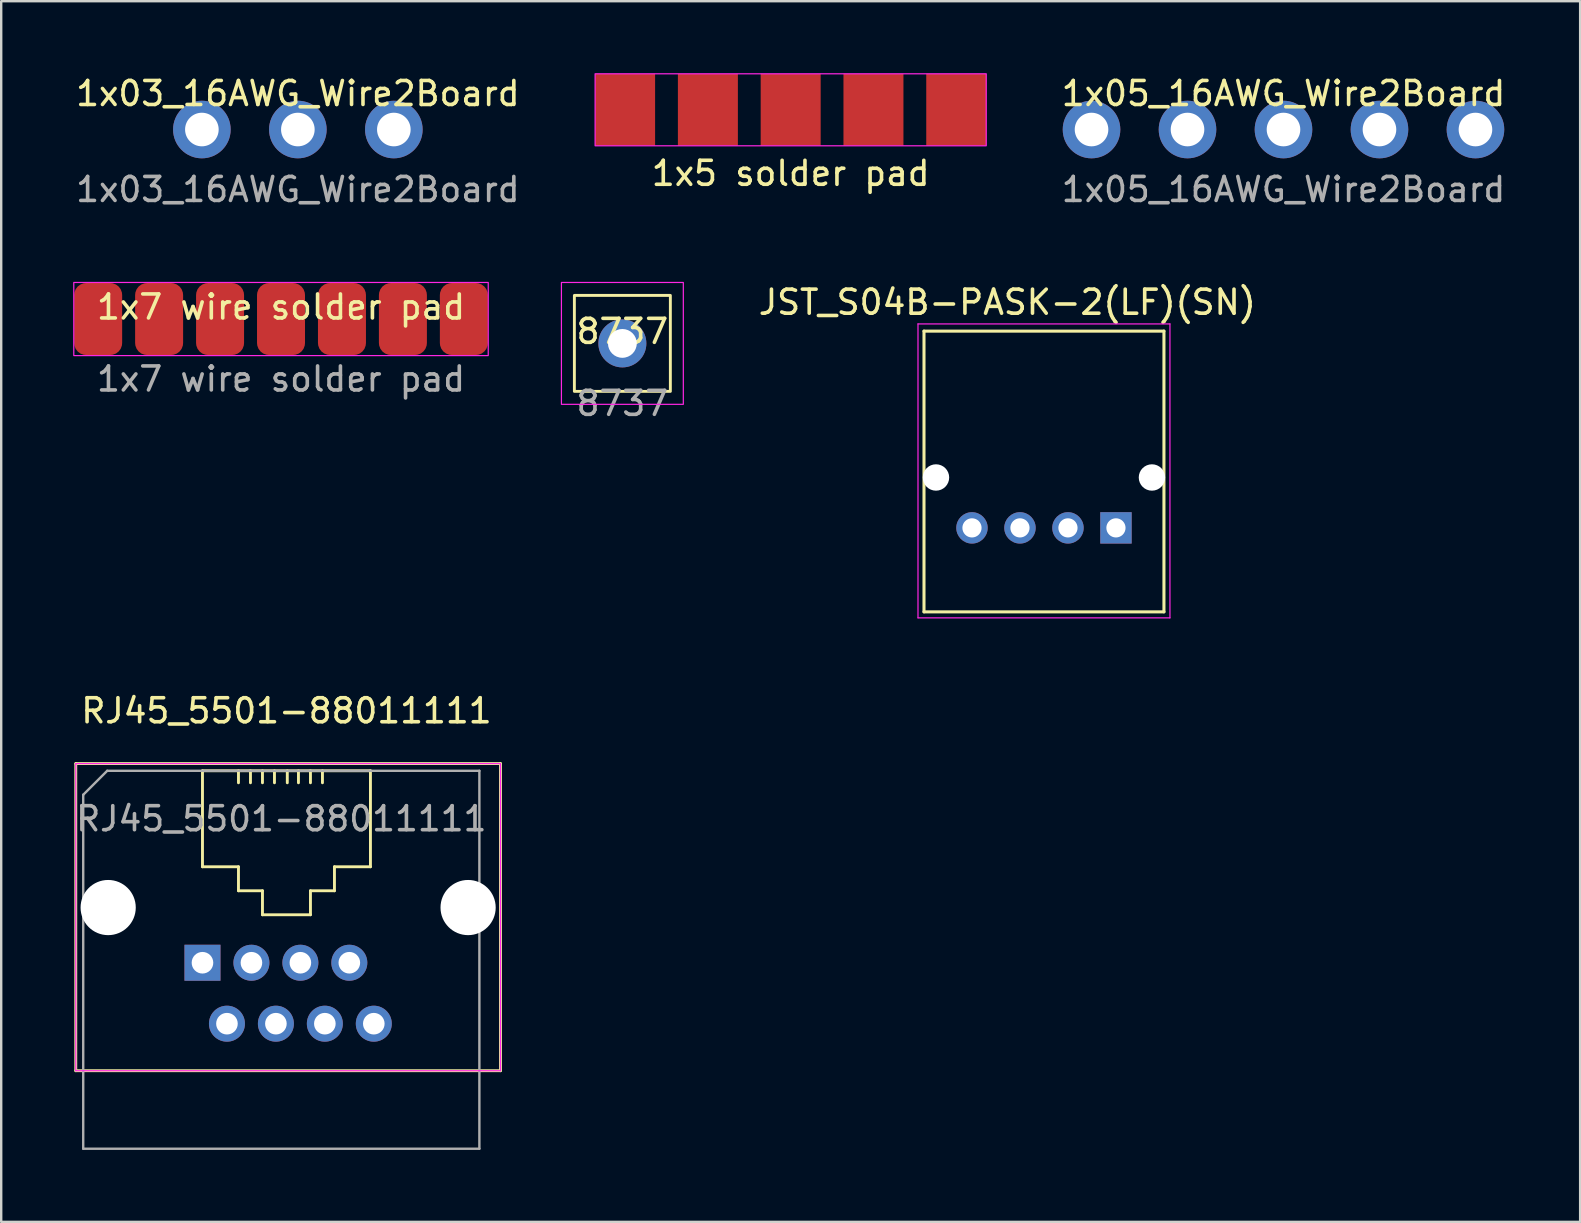
<source format=kicad_pcb>
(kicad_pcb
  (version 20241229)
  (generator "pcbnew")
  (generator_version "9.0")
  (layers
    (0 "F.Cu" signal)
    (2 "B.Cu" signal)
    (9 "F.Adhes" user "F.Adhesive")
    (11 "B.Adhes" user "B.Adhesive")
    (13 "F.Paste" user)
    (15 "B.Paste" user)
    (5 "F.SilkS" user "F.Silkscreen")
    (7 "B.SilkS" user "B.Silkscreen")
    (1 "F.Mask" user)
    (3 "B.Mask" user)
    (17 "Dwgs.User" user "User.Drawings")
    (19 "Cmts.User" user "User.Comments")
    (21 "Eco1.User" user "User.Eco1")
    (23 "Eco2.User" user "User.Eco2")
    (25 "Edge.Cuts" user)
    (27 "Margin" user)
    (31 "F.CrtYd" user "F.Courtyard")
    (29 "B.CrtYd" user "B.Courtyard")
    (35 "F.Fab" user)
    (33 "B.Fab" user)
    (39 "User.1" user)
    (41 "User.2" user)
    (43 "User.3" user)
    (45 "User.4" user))
  (footprint "1x5 solder pad"
    (layer "F.Cu")
    (at 29.901 1.525)
    (property "Reference" "1x5 solder pad" (at 0 2.65 0) (layer "F.SilkS") (effects (font (size 1 1) (thickness 0.15))))
    (attr through_hole)
    (fp_rect (start 8.15 -1.5) (end -8.15 1.5) (stroke (width 0.05) (type solid)) (fill no) (layer "F.CrtYd"))
    (pad "1" smd rect (at -6.9 0) (size 2.5 3) (layers "F.Cu" "F.Mask" "F.Paste"))
    (pad "2" smd rect (at -3.45 0) (size 2.5 3) (layers "F.Cu" "F.Mask" "F.Paste"))
    (pad "3" smd rect (at 0 0) (size 2.5 3) (layers "F.Cu" "F.Mask" "F.Paste"))
    (pad "4" smd rect (at 3.45 0) (size 2.5 3) (layers "F.Cu" "F.Mask" "F.Paste"))
    (pad "5" smd rect (at 6.9 0) (size 2.5 3) (layers "F.Cu" "F.Mask" "F.Paste")))
  (footprint "8737"
    (layer "F.Cu")
    (at 22.887 11.261)
    (property "Reference" "8737" (at 0 -0.5 0) (unlocked yes) (layer "F.SilkS") (effects (font (size 1 1) (thickness 0.15))))
    (attr through_hole)
    (fp_rect (start -2 -2) (end 2 2) (stroke (width 0.12) (type solid)) (fill no) (layer "F.SilkS"))
    (fp_rect (start -2.54 -2.54) (end 2.54 2.54) (stroke (width 0.05) (type solid)) (fill no) (layer "F.CrtYd"))
    (fp_text user "${REFERENCE}" (at 0 2.5 0) (unlocked yes) (layer "F.Fab") (effects (font (size 1 1) (thickness 0.15))))
    (pad "1" thru_hole circle (at 0 0) (size 2 2) (drill 1.2) (layers "*.Cu" "*.Mask")))
  (footprint "1x05_16AWG_Wire2Board"
    (layer "F.Cu")
    (at 50.439 2.348)
    (property "Reference" "1x05_16AWG_Wire2Board" (at 0 -1.5 0) (unlocked yes) (layer "F.SilkS") (effects (font (size 1 1) (thickness 0.15))))
    (fp_text user "${REFERENCE}" (at 0 2.5 0) (unlocked yes) (layer "F.Fab") (effects (font (size 1 1) (thickness 0.15))))
    (pad "1" thru_hole circle (at -8 0) (size 2.4 2.4) (drill 1.4) (layers "*.Cu" "*.Mask"))
    (pad "2" thru_hole circle (at -4 0) (size 2.4 2.4) (drill 1.4) (layers "*.Cu" "*.Mask"))
    (pad "3" thru_hole circle (at 0 0) (size 2.4 2.4) (drill 1.4) (layers "*.Cu" "*.Mask"))
    (pad "4" thru_hole circle (at 4 0) (size 2.4 2.4) (drill 1.4) (layers "*.Cu" "*.Mask"))
    (pad "5" thru_hole circle (at 8 0) (size 2.4 2.4) (drill 1.4) (layers "*.Cu" "*.Mask")))
  (footprint "1x7 wire solder pad"
    (layer "F.Cu")
    (at 8.661 10.245)
    (property "Reference" "1x7 wire solder pad" (at 0 -0.5 0) (unlocked yes) (layer "F.SilkS") (effects (font (size 1 1) (thickness 0.15))))
    (attr smd)
    (fp_rect (start -8.636 -1.524) (end 8.636 1.524) (stroke (width 0.05) (type solid)) (fill no) (layer "F.CrtYd"))
    (fp_text user "${REFERENCE}" (at 0 2.5 0) (unlocked yes) (layer "F.Fab") (effects (font (size 1 1) (thickness 0.15))))
    (pad "1" smd roundrect (at -7.62 0) (size 2 3) (layers "F.Cu" "F.Mask" "F.Paste") (roundrect_rratio 0.25))
    (pad "2" smd roundrect (at -5.08 0) (size 2 3) (layers "F.Cu" "F.Mask" "F.Paste") (roundrect_rratio 0.25))
    (pad "3" smd roundrect (at -2.54 0) (size 2 3) (layers "F.Cu" "F.Mask" "F.Paste") (roundrect_rratio 0.25))
    (pad "4" smd roundrect (at 0 0) (size 2 3) (layers "F.Cu" "F.Mask" "F.Paste") (roundrect_rratio 0.25))
    (pad "5" smd roundrect (at 2.54 0) (size 2 3) (layers "F.Cu" "F.Mask" "F.Paste") (roundrect_rratio 0.25))
    (pad "6" smd roundrect (at 5.08 0) (size 2 3) (layers "F.Cu" "F.Mask" "F.Paste") (roundrect_rratio 0.25))
    (pad "7" smd roundrect (at 7.62 0) (size 2 3) (layers "F.Cu" "F.Mask" "F.Paste") (roundrect_rratio 0.25)))
  (footprint "1x03_16AWG_Wire2Board"
    (layer "F.Cu")
    (at 9.363 2.348)
    (property "Reference" "1x03_16AWG_Wire2Board" (at 0 -1.5 0) (unlocked yes) (layer "F.SilkS") (effects (font (size 1 1) (thickness 0.15))))
    (fp_text user "${REFERENCE}" (at 0 2.5 0) (unlocked yes) (layer "F.Fab") (effects (font (size 1 1) (thickness 0.15))))
    (pad "1" thru_hole circle (at -4 0) (size 2.4 2.4) (drill 1.4) (layers "*.Cu" "*.Mask"))
    (pad "2" thru_hole circle (at 0 0) (size 2.4 2.4) (drill 1.4) (layers "*.Cu" "*.Mask"))
    (pad "3" thru_hole circle (at 4 0) (size 2.4 2.4) (drill 1.4) (layers "*.Cu" "*.Mask")))
  (footprint "JST_S04B-PASK-2(LF)(SN)"
    (layer "F.Cu")
    (at 40.457 18.949)
    (property "Reference" "JST_S04B-PASK-2(LF)(SN)" (at -1.528 -9.403 0) (layer "F.SilkS") (effects (font (size 1.002 1.002) (thickness 0.15))))
    (attr through_hole)
    (fp_line (start -5 -8.2) (end 5 -8.2) (stroke (width 0.127) (type solid)) (layer "F.SilkS"))
    (fp_line (start -5 3.5) (end -5 -8.2) (stroke (width 0.127) (type solid)) (layer "F.SilkS"))
    (fp_line (start 5 -8.2) (end 5 3.5) (stroke (width 0.127) (type solid)) (layer "F.SilkS"))
    (fp_line (start 5 3.5) (end -5 3.5) (stroke (width 0.127) (type solid)) (layer "F.SilkS"))
    (fp_line (start -5.25 -8.5) (end 5.25 -8.5) (stroke (width 0.05) (type solid)) (layer "F.CrtYd"))
    (fp_line (start -5.25 3.75) (end -5.25 -8.5) (stroke (width 0.05) (type solid)) (layer "F.CrtYd"))
    (fp_line (start 5.25 -8.5) (end 5.25 3.75) (stroke (width 0.05) (type solid)) (layer "F.CrtYd"))
    (fp_line (start 5.25 3.75) (end -5.25 3.75) (stroke (width 0.05) (type solid)) (layer "F.CrtYd"))
    (pad "" np_thru_hole circle (at -4.5 -2.1) (size 1.1 1.1) (drill 1.1) (layers "*.Cu" "*.Mask"))
    (pad "" np_thru_hole circle (at 4.5 -2.1) (size 1.1 1.1) (drill 1.1) (layers "*.Cu" "*.Mask"))
    (pad "1" thru_hole rect (at 3 0) (size 1.308 1.308) (drill 0.8) (layers "*.Cu" "*.Mask"))
    (pad "2" thru_hole circle (at 1 0) (size 1.308 1.308) (drill 0.8) (layers "*.Cu" "*.Mask"))
    (pad "3" thru_hole circle (at -1 0) (size 1.308 1.308) (drill 0.8) (layers "*.Cu" "*.Mask"))
    (pad "4" thru_hole circle (at -3 0) (size 1.308 1.308) (drill 0.8) (layers "*.Cu" "*.Mask")))
  (footprint "RJ45_5501-88011111"
    (layer "F.Cu")
    (at 5.388 37.072)
    (property "Reference" "RJ45_5501-88011111" (at 3.5 -10.5 0) (unlocked yes) (layer "F.SilkS") (effects (font (size 1 1) (thickness 0.15))))
    (attr through_hole)
    (fp_line (start -5.28 -8.3) (end -5.28 4.5) (stroke (width 0.12) (type solid)) (layer "F.SilkS"))
    (fp_line (start -5.28 -8.3) (end 12.42 -8.3) (stroke (width 0.12) (type solid)) (layer "F.SilkS"))
    (fp_line (start -5.28 4.5) (end 12.42 4.5) (stroke (width 0.12) (type solid)) (layer "F.SilkS"))
    (fp_line (start 0 -8) (end 0 -4) (stroke (width 0.12) (type solid)) (layer "F.SilkS"))
    (fp_line (start 0 -8) (end 7 -8) (stroke (width 0.12) (type solid)) (layer "F.SilkS"))
    (fp_line (start 0 -4) (end 1.5 -4) (stroke (width 0.12) (type solid)) (layer "F.SilkS"))
    (fp_line (start 1.5 -7.5) (end 1.5 -8) (stroke (width 0.12) (type solid)) (layer "F.SilkS"))
    (fp_line (start 1.5 -4) (end 1.5 -3) (stroke (width 0.12) (type solid)) (layer "F.SilkS"))
    (fp_line (start 1.5 -3) (end 2.5 -3) (stroke (width 0.12) (type solid)) (layer "F.SilkS"))
    (fp_line (start 2 -7.5) (end 2 -8) (stroke (width 0.12) (type solid)) (layer "F.SilkS"))
    (fp_line (start 2.5 -7.5) (end 2.5 -8) (stroke (width 0.12) (type solid)) (layer "F.SilkS"))
    (fp_line (start 2.5 -3) (end 2.5 -2) (stroke (width 0.12) (type solid)) (layer "F.SilkS"))
    (fp_line (start 2.5 -2) (end 4.5 -2) (stroke (width 0.12) (type solid)) (layer "F.SilkS"))
    (fp_line (start 3 -7.5) (end 3 -8) (stroke (width 0.12) (type solid)) (layer "F.SilkS"))
    (fp_line (start 3.535 -7.5) (end 3.535 -8) (stroke (width 0.12) (type solid)) (layer "F.SilkS"))
    (fp_line (start 4 -7.5) (end 4 -8) (stroke (width 0.12) (type solid)) (layer "F.SilkS"))
    (fp_line (start 4.5 -7.5) (end 4.5 -8) (stroke (width 0.12) (type solid)) (layer "F.SilkS"))
    (fp_line (start 4.5 -3) (end 5.5 -3) (stroke (width 0.12) (type solid)) (layer "F.SilkS"))
    (fp_line (start 4.5 -2) (end 4.5 -3) (stroke (width 0.12) (type solid)) (layer "F.SilkS"))
    (fp_line (start 5 -7.5) (end 5 -8) (stroke (width 0.12) (type solid)) (layer "F.SilkS"))
    (fp_line (start 5.5 -4) (end 7 -4) (stroke (width 0.12) (type solid)) (layer "F.SilkS"))
    (fp_line (start 5.5 -3) (end 5.5 -4) (stroke (width 0.12) (type solid)) (layer "F.SilkS"))
    (fp_line (start 7 -4) (end 7 -8) (stroke (width 0.12) (type solid)) (layer "F.SilkS"))
    (fp_line (start 12.42 -8.3) (end 12.42 4.5) (stroke (width 0.12) (type solid)) (layer "F.SilkS"))
    (fp_line (start -5.28 -8.3) (end -5.28 4.5) (stroke (width 0.05) (type solid)) (layer "F.CrtYd"))
    (fp_line (start -5.28 -8.3) (end 12.42 -8.3) (stroke (width 0.05) (type solid)) (layer "F.CrtYd"))
    (fp_line (start -5.28 4.5) (end 12.42 4.5) (stroke (width 0.05) (type solid)) (layer "F.CrtYd"))
    (fp_line (start 12.42 -8.3) (end 12.42 4.5) (stroke (width 0.05) (type solid)) (layer "F.CrtYd"))
    (fp_line (start -4.97 -7) (end -4.97 7.75) (stroke (width 0.1) (type solid)) (layer "F.Fab"))
    (fp_line (start -4.97 -7) (end -3.97 -8) (stroke (width 0.1) (type solid)) (layer "F.Fab"))
    (fp_line (start -4.97 7.75) (end 11.54 7.75) (stroke (width 0.1) (type solid)) (layer "F.Fab"))
    (fp_line (start -3.97 -8) (end 11.54 -8) (stroke (width 0.1) (type solid)) (layer "F.Fab"))
    (fp_line (start 11.54 -8) (end 11.54 7.75) (stroke (width 0.1) (type solid)) (layer "F.Fab"))
    (fp_text user "${REFERENCE}" (at 3.285 -6 0) (layer "F.Fab") (effects (font (size 1 1) (thickness 0.15))))
    (pad "" np_thru_hole circle (at -3.93 -2.3) (size 2.3 2.3) (drill 2.3) (layers "*.Cu" "*.Mask"))
    (pad "" np_thru_hole circle (at 11.07 -2.3) (size 2.3 2.3) (drill 2.3) (layers "*.Cu" "*.Mask"))
    (pad "1" thru_hole rect (at 0 0) (size 1.5 1.5) (drill 0.9) (layers "*.Cu" "*.Mask"))
    (pad "2" thru_hole circle (at 1.02 2.54) (size 1.5 1.5) (drill 0.9) (layers "*.Cu" "*.Mask"))
    (pad "3" thru_hole circle (at 2.04 0) (size 1.5 1.5) (drill 0.9) (layers "*.Cu" "*.Mask"))
    (pad "4" thru_hole circle (at 3.06 2.54) (size 1.5 1.5) (drill 0.9) (layers "*.Cu" "*.Mask"))
    (pad "5" thru_hole circle (at 4.08 0) (size 1.5 1.5) (drill 0.9) (layers "*.Cu" "*.Mask"))
    (pad "6" thru_hole circle (at 5.1 2.54) (size 1.5 1.5) (drill 0.9) (layers "*.Cu" "*.Mask"))
    (pad "7" thru_hole circle (at 6.12 0) (size 1.5 1.5) (drill 0.9) (layers "*.Cu" "*.Mask"))
    (pad "8" thru_hole circle (at 7.14 2.54) (size 1.5 1.5) (drill 0.9) (layers "*.Cu" "*.Mask")))
  (gr_rect
    (start -3 -3)
    (end 62.802 47.872)
    (stroke (width 0.1) (type default))
    (fill no)
    (layer "Edge.Cuts")))
</source>
